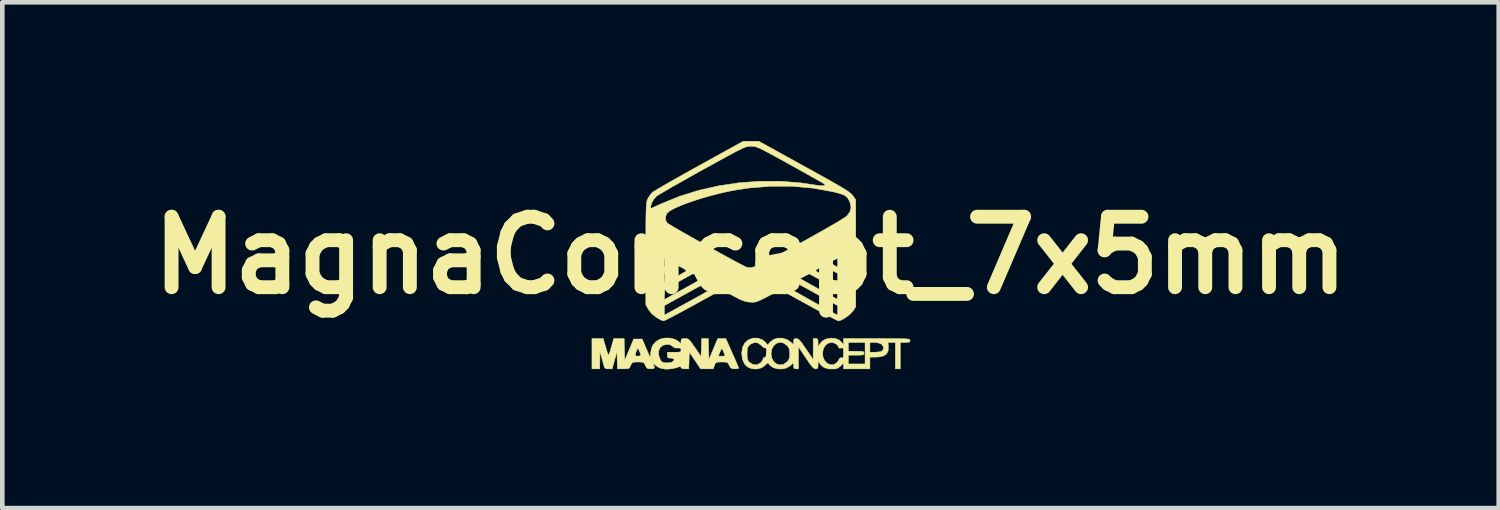
<source format=kicad_pcb>
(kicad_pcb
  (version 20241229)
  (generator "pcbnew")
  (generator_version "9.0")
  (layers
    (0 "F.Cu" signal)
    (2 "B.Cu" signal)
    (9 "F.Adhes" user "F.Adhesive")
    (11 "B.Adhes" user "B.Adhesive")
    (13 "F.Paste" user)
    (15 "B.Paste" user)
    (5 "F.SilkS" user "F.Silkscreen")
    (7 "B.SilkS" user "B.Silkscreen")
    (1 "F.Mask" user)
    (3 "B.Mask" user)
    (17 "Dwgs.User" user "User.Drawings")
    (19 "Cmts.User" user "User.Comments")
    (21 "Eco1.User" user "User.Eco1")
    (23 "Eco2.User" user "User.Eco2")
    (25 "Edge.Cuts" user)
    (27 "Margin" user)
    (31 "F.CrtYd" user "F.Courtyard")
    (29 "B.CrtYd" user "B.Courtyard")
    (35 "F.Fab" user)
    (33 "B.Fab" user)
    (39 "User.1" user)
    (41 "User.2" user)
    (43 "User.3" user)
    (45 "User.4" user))
  (footprint "MagnaConcept_7x5mm"
    (layer "F.Cu")
    (at 13.179 2.471)
    (property "Reference" "MagnaConcept_7x5mm" (at 0 0 0) (layer "F.SilkS") (effects (font (size 1.524 1.524) (thickness 0.3))))
    (attr through_hole)
    (fp_poly (pts (xy -1.737 1.79) (xy -1.635 1.815) (xy -1.554 1.864) (xy -1.554 1.865) (xy -1.503 1.912) (xy -1.503 1.856) (xy -1.499 1.819) (xy -1.478 1.803) (xy -1.429 1.799) (xy -1.419 1.799) (xy -1.382 1.801) (xy -1.352 1.809) (xy -1.324 1.83) (xy -1.289 1.871) (xy -1.242 1.937) (xy -1.202 1.994) (xy -1.069 2.189) (xy -1.057 1.799) (xy -0.912 1.799) (xy -0.906 2.027) (xy -0.9 2.254) (xy -0.869 2.18) (xy -0.696 2.18) (xy -0.623 2.18) (xy -0.575 2.178) (xy -0.551 2.173) (xy -0.55 2.172) (xy -0.558 2.146) (xy -0.576 2.102) (xy -0.597 2.056) (xy -0.616 2.022) (xy -0.623 2.014) (xy -0.635 2.036) (xy -0.656 2.083) (xy -0.663 2.101) (xy -0.696 2.18) (xy -0.869 2.18) (xy -0.804 2.027) (xy -0.709 1.8) (xy -0.622 1.799) (xy -0.534 1.799) (xy -0.394 2.114) (xy -0.347 2.22) (xy -0.307 2.313) (xy -0.276 2.386) (xy -0.258 2.431) (xy -0.254 2.442) (xy -0.273 2.45) (xy -0.32 2.455) (xy -0.339 2.455) (xy -0.397 2.451) (xy -0.431 2.43) (xy -0.459 2.383) (xy -0.459 2.381) (xy -0.481 2.34) (xy -0.504 2.318) (xy -0.542 2.309) (xy -0.607 2.307) (xy -0.624 2.307) (xy -0.696 2.308) (xy -0.737 2.315) (xy -0.759 2.333) (xy -0.776 2.369) (xy -0.78 2.381) (xy -0.807 2.455) (xy -1.078 2.455) (xy -1.2 2.275) (xy -1.323 2.095) (xy -1.329 2.275) (xy -1.335 2.455) (xy -1.419 2.455) (xy -1.478 2.45) (xy -1.502 2.432) (xy -1.503 2.424) (xy -1.51 2.405) (xy -1.538 2.408) (xy -1.561 2.416) (xy -1.643 2.441) (xy -1.738 2.457) (xy -1.822 2.462) (xy -1.841 2.46) (xy -1.926 2.446) (xy -1.988 2.424) (xy -2.044 2.386) (xy -2.055 2.377) (xy -2.096 2.344) (xy -2.11 2.338) (xy -2.102 2.358) (xy -2.099 2.365) (xy -2.077 2.417) (xy -2.087 2.445) (xy -2.133 2.455) (xy -2.159 2.455) (xy -2.216 2.451) (xy -2.248 2.431) (xy -2.273 2.385) (xy -2.274 2.381) (xy -2.293 2.34) (xy -2.315 2.318) (xy -2.352 2.309) (xy -2.416 2.307) (xy -2.433 2.307) (xy -2.504 2.308) (xy -2.545 2.316) (xy -2.569 2.335) (xy -2.588 2.372) (xy -2.592 2.381) (xy -2.611 2.422) (xy -2.633 2.444) (xy -2.67 2.453) (xy -2.734 2.455) (xy -2.75 2.455) (xy -2.877 2.455) (xy -2.882 2.297) (xy -2.138 2.297) (xy -2.127 2.307) (xy -2.117 2.297) (xy -2.127 2.286) (xy -2.138 2.297) (xy -2.882 2.297) (xy -2.883 2.27) (xy -2.889 2.085) (xy -2.94 2.27) (xy -2.991 2.455) (xy -3.071 2.455) (xy -3.122 2.452) (xy -3.15 2.436) (xy -3.168 2.395) (xy -3.176 2.365) (xy -3.198 2.285) (xy -3.223 2.198) (xy -3.228 2.18) (xy -3.257 2.085) (xy -3.258 2.27) (xy -3.26 2.455) (xy -3.429 2.455) (xy -3.429 1.799) (xy -3.184 1.799) (xy -3.134 1.979) (xy -3.11 2.059) (xy -3.089 2.121) (xy -3.074 2.155) (xy -3.071 2.159) (xy -3.06 2.14) (xy -3.041 2.089) (xy -3.019 2.016) (xy -3.008 1.979) (xy -2.958 1.799) (xy -2.732 1.799) (xy -2.72 2.27) (xy -2.705 2.233) (xy -2.159 2.233) (xy -2.148 2.244) (xy -2.138 2.233) (xy -2.148 2.223) (xy -2.159 2.233) (xy -2.705 2.233) (xy -2.676 2.166) (xy -2.492 2.166) (xy -2.469 2.178) (xy -2.434 2.18) (xy -2.39 2.174) (xy -2.371 2.158) (xy -2.371 2.158) (xy -2.38 2.125) (xy -2.402 2.076) (xy -2.405 2.07) (xy -2.439 2.003) (xy -2.468 2.073) (xy -2.491 2.134) (xy -2.492 2.166) (xy -2.676 2.166) (xy -2.623 2.04) (xy -2.526 1.81) (xy -2.343 1.81) (xy -2.17 2.21) (xy -2.158 2.106) (xy -1.99 2.106) (xy -1.98 2.179) (xy -1.955 2.248) (xy -1.921 2.299) (xy -1.9 2.314) (xy -1.842 2.325) (xy -1.77 2.324) (xy -1.707 2.313) (xy -1.692 2.306) (xy -1.654 2.274) (xy -1.655 2.244) (xy -1.692 2.226) (xy -1.725 2.223) (xy -1.775 2.219) (xy -1.795 2.201) (xy -1.799 2.159) (xy -1.799 2.095) (xy -1.651 2.095) (xy -1.573 2.095) (xy -1.529 2.09) (xy -1.509 2.078) (xy -1.503 2.057) (xy -1.503 2.047) (xy -1.508 2.014) (xy -1.533 2.004) (xy -1.572 2.006) (xy -1.637 2.002) (xy -1.681 1.97) (xy -1.738 1.935) (xy -1.803 1.926) (xy -1.89 1.944) (xy -1.953 1.993) (xy -1.986 2.068) (xy -1.99 2.106) (xy -2.158 2.106) (xy -2.158 2.105) (xy -2.14 2.007) (xy -2.107 1.934) (xy -2.049 1.87) (xy -2.034 1.857) (xy -1.95 1.811) (xy -1.846 1.788) (xy -1.737 1.79)) (stroke (width 0.01) (type solid)) (fill yes) (layer "F.SilkS"))
    (fp_poly (pts (xy 0.16 1.791) (xy 0.253 1.824) (xy 0.326 1.883) (xy 0.33 1.889) (xy 0.369 1.94) (xy 0.419 1.881) (xy 0.496 1.82) (xy 0.591 1.79) (xy 0.694 1.791) (xy 0.794 1.824) (xy 0.86 1.868) (xy 0.931 1.931) (xy 0.931 1.865) (xy 0.936 1.819) (xy 0.959 1.802) (xy 0.99 1.8) (xy 1.017 1.805) (xy 1.045 1.822) (xy 1.079 1.857) (xy 1.124 1.916) (xy 1.186 2.005) (xy 1.201 2.027) (xy 1.355 2.253) (xy 1.355 2.125) (xy 1.559 2.125) (xy 1.567 2.195) (xy 1.601 2.276) (xy 1.656 2.334) (xy 1.724 2.365) (xy 1.794 2.364) (xy 1.857 2.329) (xy 1.895 2.284) (xy 1.915 2.247) (xy 1.94 2.216) (xy 1.969 2.217) (xy 1.993 2.219) (xy 2.006 2.203) (xy 2.01 2.16) (xy 2.011 2.111) (xy 2.01 2.045) (xy 2.003 2.012) (xy 1.987 2.002) (xy 1.958 2.006) (xy 1.917 2.006) (xy 1.905 1.992) (xy 1.886 1.949) (xy 1.84 1.911) (xy 1.78 1.887) (xy 1.75 1.884) (xy 1.673 1.903) (xy 1.612 1.954) (xy 1.572 2.031) (xy 1.559 2.125) (xy 1.355 2.125) (xy 1.355 1.799) (xy 1.408 1.799) (xy 1.441 1.804) (xy 1.457 1.824) (xy 1.461 1.873) (xy 1.461 1.889) (xy 1.462 1.979) (xy 1.494 1.921) (xy 1.552 1.854) (xy 1.634 1.81) (xy 1.729 1.79) (xy 1.825 1.796) (xy 1.911 1.828) (xy 1.967 1.877) (xy 2.011 1.932) (xy 2.011 1.884) (xy 2.117 1.884) (xy 2.117 2.074) (xy 2.286 2.074) (xy 2.37 2.075) (xy 2.421 2.079) (xy 2.446 2.089) (xy 2.455 2.106) (xy 2.455 2.117) (xy 2.452 2.138) (xy 2.436 2.15) (xy 2.398 2.157) (xy 2.331 2.159) (xy 2.286 2.159) (xy 2.117 2.159) (xy 2.117 2.349) (xy 2.477 2.349) (xy 2.477 2.095) (xy 2.582 2.095) (xy 2.695 2.095) (xy 2.766 2.09) (xy 2.824 2.078) (xy 2.845 2.068) (xy 2.874 2.025) (xy 2.87 1.973) (xy 2.838 1.926) (xy 2.815 1.911) (xy 2.759 1.894) (xy 2.688 1.885) (xy 2.672 1.884) (xy 2.582 1.884) (xy 2.582 2.095) (xy 2.477 2.095) (xy 2.477 1.884) (xy 2.117 1.884) (xy 2.011 1.884) (xy 2.011 1.799) (xy 2.731 1.8) (xy 2.924 1.8) (xy 3.079 1.801) (xy 3.2 1.802) (xy 3.292 1.804) (xy 3.358 1.806) (xy 3.402 1.811) (xy 3.43 1.816) (xy 3.444 1.823) (xy 3.449 1.833) (xy 3.45 1.842) (xy 3.444 1.867) (xy 3.42 1.88) (xy 3.367 1.884) (xy 3.344 1.884) (xy 3.239 1.884) (xy 3.239 2.455) (xy 3.133 2.455) (xy 3.133 1.884) (xy 2.973 1.884) (xy 2.981 1.971) (xy 2.977 2.063) (xy 2.944 2.131) (xy 2.879 2.175) (xy 2.78 2.197) (xy 2.696 2.201) (xy 2.582 2.201) (xy 2.582 2.455) (xy 2.011 2.455) (xy 2.011 2.332) (xy 1.949 2.393) (xy 1.889 2.438) (xy 1.83 2.458) (xy 1.827 2.458) (xy 1.699 2.456) (xy 1.603 2.433) (xy 1.533 2.386) (xy 1.492 2.331) (xy 1.473 2.298) (xy 1.465 2.296) (xy 1.462 2.33) (xy 1.461 2.365) (xy 1.458 2.422) (xy 1.446 2.448) (xy 1.417 2.455) (xy 1.408 2.455) (xy 1.382 2.45) (xy 1.353 2.429) (xy 1.317 2.389) (xy 1.268 2.323) (xy 1.202 2.227) (xy 1.196 2.217) (xy 1.037 1.979) (xy 1.037 2.455) (xy 0.984 2.455) (xy 0.947 2.449) (xy 0.933 2.421) (xy 0.931 2.39) (xy 0.931 2.324) (xy 0.857 2.39) (xy 0.776 2.437) (xy 0.681 2.458) (xy 0.581 2.455) (xy 0.49 2.428) (xy 0.419 2.378) (xy 0.399 2.352) (xy 0.381 2.33) (xy 0.361 2.333) (xy 0.329 2.365) (xy 0.32 2.375) (xy 0.24 2.433) (xy 0.138 2.459) (xy 0.037 2.454) (xy -0.059 2.419) (xy -0.13 2.35) (xy -0.174 2.251) (xy -0.19 2.127) (xy -0.074 2.127) (xy -0.072 2.205) (xy -0.064 2.255) (xy -0.046 2.289) (xy -0.015 2.32) (xy 0.062 2.363) (xy 0.139 2.366) (xy 0.211 2.33) (xy 0.223 2.319) (xy 0.259 2.274) (xy 0.275 2.234) (xy 0.275 2.232) (xy 0.288 2.207) (xy 0.305 2.208) (xy 0.324 2.205) (xy 0.335 2.173) (xy 0.34 2.127) (xy 0.445 2.127) (xy 0.445 2.131) (xy 0.462 2.227) (xy 0.505 2.302) (xy 0.566 2.351) (xy 0.639 2.37) (xy 0.715 2.356) (xy 0.785 2.309) (xy 0.821 2.266) (xy 0.84 2.222) (xy 0.846 2.16) (xy 0.847 2.127) (xy 0.844 2.053) (xy 0.83 2.004) (xy 0.801 1.963) (xy 0.785 1.946) (xy 0.71 1.895) (xy 0.634 1.881) (xy 0.562 1.902) (xy 0.502 1.952) (xy 0.461 2.028) (xy 0.445 2.127) (xy 0.34 2.127) (xy 0.342 2.107) (xy 0.344 2.04) (xy 0.337 2.008) (xy 0.323 2.005) (xy 0.293 1.997) (xy 0.251 1.966) (xy 0.235 1.95) (xy 0.163 1.896) (xy 0.087 1.885) (xy 0.01 1.916) (xy -0.015 1.935) (xy -0.047 1.967) (xy -0.065 2.001) (xy -0.072 2.051) (xy -0.074 2.127) (xy -0.19 2.127) (xy -0.19 2.123) (xy -0.191 2.116) (xy -0.174 1.994) (xy -0.125 1.897) (xy -0.047 1.827) (xy 0.057 1.79) (xy 0.061 1.789) (xy 0.16 1.791)) (stroke (width 0.01) (type solid)) (fill yes) (layer "F.SilkS"))
    (fp_poly (pts (xy 1.163 -1.924) (xy 1.382 -1.803) (xy 1.567 -1.7) (xy 1.721 -1.614) (xy 1.847 -1.542) (xy 1.949 -1.483) (xy 2.029 -1.435) (xy 2.09 -1.396) (xy 2.135 -1.364) (xy 2.169 -1.337) (xy 2.193 -1.314) (xy 2.21 -1.292) (xy 2.21 -1.292) (xy 2.275 -1.202) (xy 2.275 1.114) (xy 2.218 1.201) (xy 2.173 1.253) (xy 2.107 1.309) (xy 2.033 1.361) (xy 1.964 1.4) (xy 1.909 1.418) (xy 1.902 1.418) (xy 1.877 1.408) (xy 1.82 1.38) (xy 1.735 1.336) (xy 1.626 1.279) (xy 1.499 1.211) (xy 1.358 1.135) (xy 1.26 1.081) (xy 0.647 0.745) (xy 0.383 0.883) (xy 0.277 0.937) (xy 0.2 0.975) (xy 0.143 0.998) (xy 0.097 1.011) (xy 0.053 1.015) (xy 0.002 1.013) (xy -0.011 1.012) (xy -0.072 1.006) (xy -0.129 0.992) (xy -0.193 0.968) (xy -0.274 0.93) (xy -0.38 0.873) (xy -0.38 0.873) (xy -0.621 0.742) (xy -1.234 1.08) (xy -1.382 1.161) (xy -1.519 1.235) (xy -1.641 1.3) (xy -1.743 1.353) (xy -1.82 1.392) (xy -1.868 1.414) (xy -1.881 1.418) (xy -1.916 1.407) (xy -1.973 1.379) (xy -2.031 1.345) (xy -2.139 1.26) (xy -2.206 1.171) (xy -2.254 1.088) (xy -1.863 1.088) (xy -1.863 1.294) (xy -1.697 1.202) (xy -1.626 1.163) (xy -1.526 1.108) (xy -1.408 1.043) (xy -1.28 0.973) (xy -1.151 0.902) (xy -1.147 0.9) (xy -1.032 0.836) (xy -0.93 0.778) (xy -0.848 0.73) (xy -0.791 0.694) (xy -0.765 0.676) (xy 0.784 0.676) (xy 0.801 0.688) (xy 0.85 0.717) (xy 0.925 0.76) (xy 1.021 0.815) (xy 1.131 0.877) (xy 1.25 0.944) (xy 1.374 1.013) (xy 1.495 1.081) (xy 1.608 1.144) (xy 1.709 1.2) (xy 1.791 1.245) (xy 1.849 1.276) (xy 1.877 1.29) (xy 1.879 1.29) (xy 1.882 1.272) (xy 1.884 1.224) (xy 1.884 1.189) (xy 1.884 1.087) (xy 0.949 0.571) (xy 0.866 0.617) (xy 0.816 0.648) (xy 0.787 0.67) (xy 0.784 0.676) (xy -0.765 0.676) (xy -0.764 0.675) (xy -0.762 0.672) (xy -0.779 0.654) (xy -0.822 0.627) (xy -0.844 0.615) (xy -0.926 0.573) (xy -1.395 0.83) (xy -1.863 1.088) (xy -2.254 1.088) (xy -2.264 1.069) (xy -2.264 0.958) (xy -1.865 0.958) (xy -1.753 0.895) (xy -1.693 0.861) (xy -1.606 0.813) (xy -1.503 0.757) (xy -1.393 0.697) (xy -1.36 0.678) (xy -1.262 0.624) (xy -1.177 0.576) (xy -1.113 0.539) (xy -1.076 0.516) (xy -1.07 0.511) (xy -1.076 0.502) (xy 1.072 0.502) (xy 1.166 0.556) (xy 1.217 0.585) (xy 1.296 0.629) (xy 1.394 0.684) (xy 1.504 0.744) (xy 1.566 0.779) (xy 1.873 0.948) (xy 1.88 0.863) (xy 1.882 0.803) (xy 1.878 0.759) (xy 1.877 0.753) (xy 1.856 0.734) (xy 1.804 0.7) (xy 1.727 0.654) (xy 1.633 0.6) (xy 1.569 0.564) (xy 1.271 0.401) (xy 1.172 0.451) (xy 1.072 0.502) (xy -1.076 0.502) (xy -1.082 0.493) (xy -1.122 0.465) (xy -1.153 0.447) (xy -1.245 0.398) (xy -1.549 0.566) (xy -1.852 0.734) (xy -1.859 0.846) (xy -1.865 0.958) (xy -2.264 0.958) (xy -2.264 0.39) (xy -1.863 0.39) (xy -1.863 0.491) (xy -1.86 0.55) (xy -1.855 0.587) (xy -1.85 0.593) (xy -1.828 0.583) (xy -1.777 0.557) (xy -1.704 0.518) (xy -1.623 0.474) (xy -1.536 0.426) (xy -1.463 0.384) (xy -1.412 0.354) (xy -1.391 0.34) (xy -1.393 0.335) (xy 1.408 0.335) (xy 1.432 0.351) (xy 1.483 0.382) (xy 1.553 0.422) (xy 1.632 0.467) (xy 1.712 0.511) (xy 1.784 0.55) (xy 1.838 0.578) (xy 1.866 0.592) (xy 1.868 0.592) (xy 1.877 0.573) (xy 1.883 0.525) (xy 1.884 0.491) (xy 1.884 0.39) (xy 1.732 0.308) (xy 1.58 0.226) (xy 1.488 0.275) (xy 1.438 0.305) (xy 1.41 0.328) (xy 1.408 0.335) (xy -1.393 0.335) (xy -1.398 0.322) (xy -1.434 0.294) (xy -1.467 0.275) (xy -1.559 0.226) (xy -1.711 0.308) (xy -1.863 0.39) (xy -2.264 0.39) (xy -2.264 0.159) (xy -1.863 0.159) (xy -1.863 0.255) (xy -1.778 0.212) (xy -1.727 0.184) (xy -1.697 0.165) (xy -1.693 0.16) (xy -1.709 0.146) (xy -1.748 0.121) (xy -1.795 0.092) (xy -1.835 0.071) (xy -1.853 0.064) (xy -1.859 0.082) (xy -1.862 0.13) (xy -1.863 0.159) (xy -2.264 0.159) (xy -2.264 -0.032) (xy -2.264 -0.277) (xy -2.264 -0.484) (xy -2.263 -0.655) (xy -2.262 -0.795) (xy -2.261 -0.832) (xy -1.838 -0.832) (xy -1.833 -0.755) (xy -1.804 -0.702) (xy -1.78 -0.684) (xy -1.722 -0.649) (xy -1.637 -0.598) (xy -1.528 -0.535) (xy -1.4 -0.462) (xy -1.259 -0.382) (xy -1.108 -0.297) (xy -0.951 -0.21) (xy -0.795 -0.123) (xy -0.643 -0.039) (xy -0.5 0.039) (xy -0.371 0.109) (xy -0.26 0.168) (xy -0.171 0.215) (xy -0.11 0.245) (xy -0.085 0.256) (xy -0.054 0.264) (xy -0.021 0.267) (xy 0.017 0.264) (xy 0.063 0.253) (xy 0.121 0.233) (xy 0.194 0.202) (xy 0.285 0.159) (xy 0.296 0.153) (xy 1.707 0.153) (xy 1.79 0.203) (xy 1.84 0.233) (xy 1.873 0.251) (xy 1.879 0.254) (xy 1.882 0.235) (xy 1.884 0.187) (xy 1.884 0.158) (xy 1.884 0.063) (xy 1.795 0.108) (xy 1.707 0.153) (xy 0.296 0.153) (xy 0.397 0.102) (xy 0.533 0.03) (xy 0.698 -0.059) (xy 0.894 -0.165) (xy 1.078 -0.266) (xy 1.314 -0.397) (xy 1.522 -0.513) (xy 1.7 -0.615) (xy 1.847 -0.7) (xy 1.961 -0.769) (xy 2.041 -0.82) (xy 2.085 -0.852) (xy 2.089 -0.856) (xy 2.152 -0.946) (xy 2.173 -1.038) (xy 2.153 -1.139) (xy 2.138 -1.175) (xy 2.107 -1.229) (xy 2.071 -1.27) (xy 2.022 -1.302) (xy 1.951 -1.33) (xy 1.85 -1.358) (xy 1.785 -1.374) (xy 1.35 -1.453) (xy 0.903 -1.493) (xy 0.443 -1.494) (xy -0.027 -1.456) (xy -0.296 -1.416) (xy -0.483 -1.381) (xy -0.676 -1.337) (xy -0.869 -1.288) (xy -1.058 -1.233) (xy -1.237 -1.176) (xy -1.402 -1.118) (xy -1.546 -1.061) (xy -1.664 -1.006) (xy -1.753 -0.955) (xy -1.805 -0.91) (xy -1.808 -0.906) (xy -1.838 -0.832) (xy -2.261 -0.832) (xy -2.26 -0.908) (xy -2.257 -0.996) (xy -2.255 -1.048) (xy -2.159 -1.048) (xy -2.155 -1.02) (xy -2.152 -1.016) (xy -2.13 -1.024) (xy -2.079 -1.047) (xy -2.007 -1.08) (xy -1.945 -1.108) (xy -1.549 -1.271) (xy -1.129 -1.403) (xy -0.692 -1.502) (xy -0.245 -1.569) (xy 0.208 -1.602) (xy 0.658 -1.601) (xy 1.101 -1.565) (xy 1.36 -1.526) (xy 1.474 -1.509) (xy 1.555 -1.504) (xy 1.601 -1.51) (xy 1.609 -1.528) (xy 1.598 -1.542) (xy 1.575 -1.556) (xy 1.52 -1.589) (xy 1.435 -1.637) (xy 1.326 -1.698) (xy 1.197 -1.771) (xy 1.051 -1.853) (xy 0.893 -1.94) (xy 0.857 -1.96) (xy 0.675 -2.061) (xy 0.526 -2.143) (xy 0.405 -2.208) (xy 0.31 -2.259) (xy 0.235 -2.297) (xy 0.177 -2.323) (xy 0.132 -2.341) (xy 0.096 -2.351) (xy 0.064 -2.356) (xy 0.033 -2.358) (xy 0.011 -2.358) (xy -0.019 -2.357) (xy -0.047 -2.355) (xy -0.077 -2.349) (xy -0.112 -2.338) (xy -0.157 -2.321) (xy -0.214 -2.294) (xy -0.286 -2.258) (xy -0.378 -2.21) (xy -0.493 -2.148) (xy -0.634 -2.071) (xy -0.804 -1.977) (xy -1.008 -1.865) (xy -1.048 -1.843) (xy -1.232 -1.74) (xy -1.407 -1.642) (xy -1.568 -1.551) (xy -1.712 -1.469) (xy -1.835 -1.398) (xy -1.932 -1.341) (xy -2.001 -1.299) (xy -2.037 -1.275) (xy -2.04 -1.272) (xy -2.094 -1.209) (xy -2.136 -1.134) (xy -2.158 -1.064) (xy -2.159 -1.048) (xy -2.255 -1.048) (xy -2.254 -1.064) (xy -2.25 -1.116) (xy -2.244 -1.154) (xy -2.238 -1.182) (xy -2.23 -1.205) (xy -2.225 -1.217) (xy -2.184 -1.286) (xy -2.134 -1.348) (xy -2.125 -1.358) (xy -2.095 -1.379) (xy -2.031 -1.418) (xy -1.938 -1.473) (xy -1.819 -1.542) (xy -1.678 -1.623) (xy -1.519 -1.713) (xy -1.345 -1.81) (xy -1.161 -1.913) (xy -1.111 -1.94) (xy -0.159 -2.466) (xy 0.18 -2.466) (xy 1.163 -1.924)) (stroke (width 0.01) (type solid)) (fill yes) (layer "F.SilkS")))
  (gr_rect
    (start -3 -3)
    (end 29.358 7.938)
    (stroke (width 0.1) (type default))
    (fill no)
    (layer "Edge.Cuts")))
</source>
